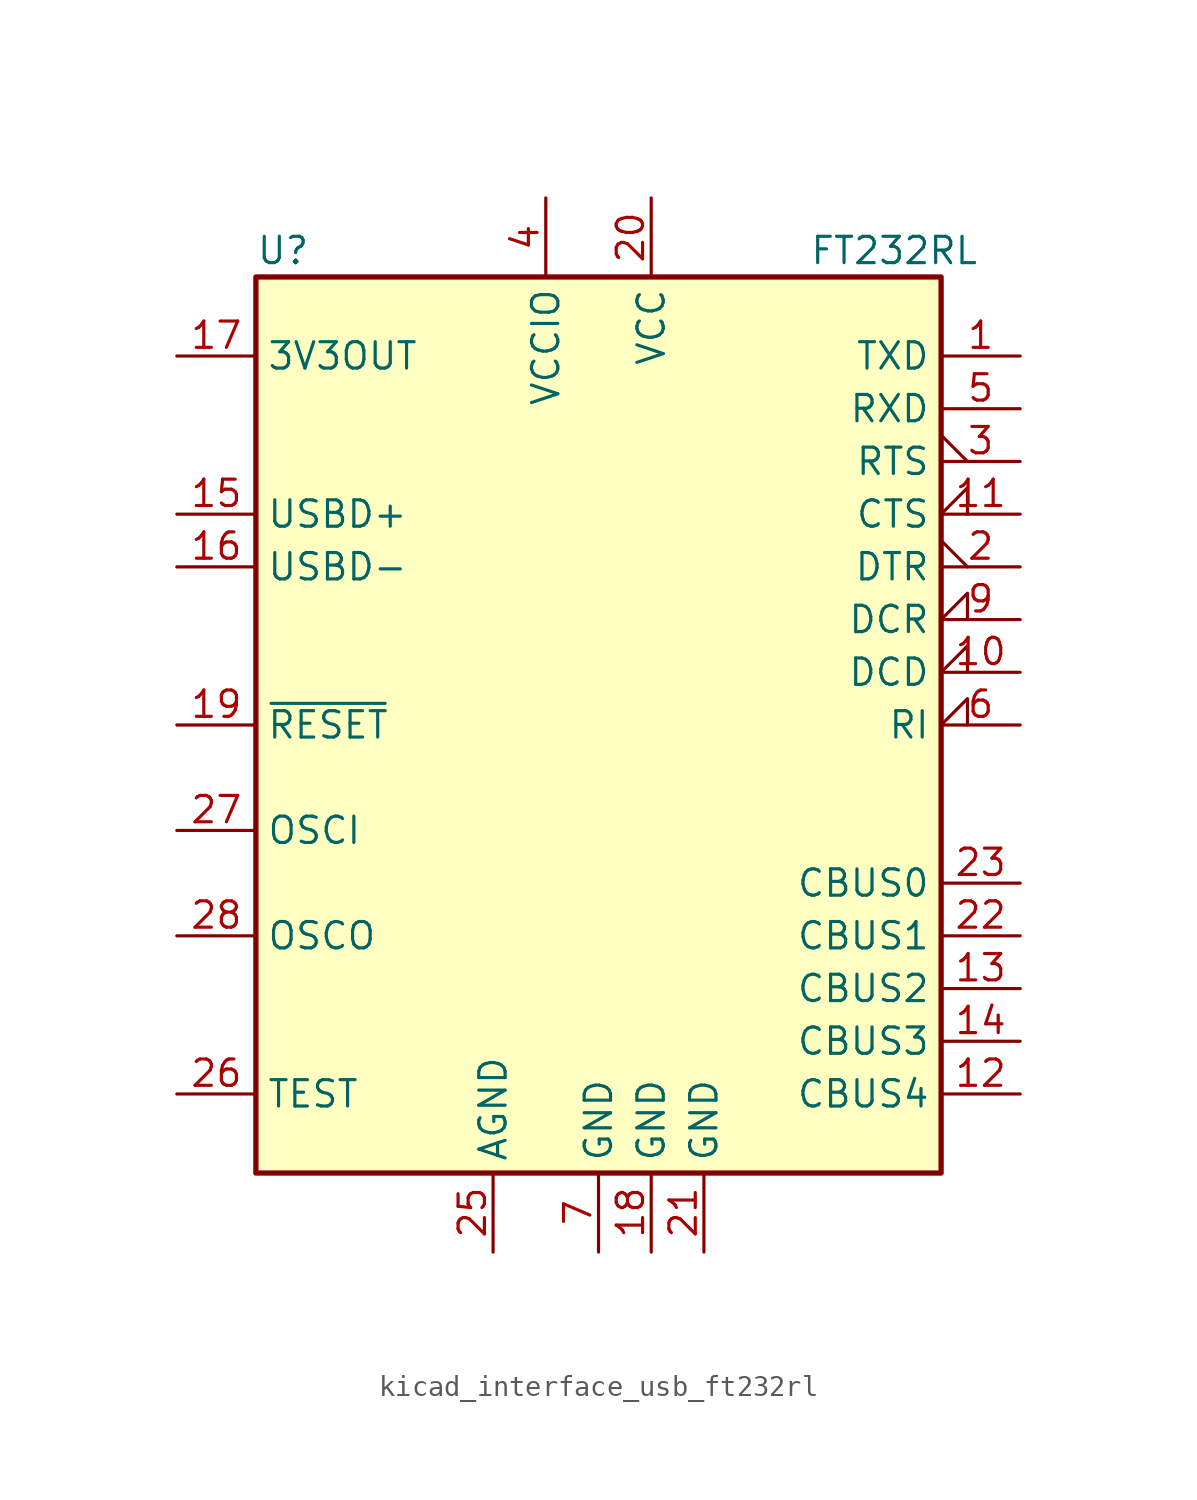
<source format=kicad_sym>
(kicad_symbol_lib
  (version 20220914)
  (generator kicad_symbol_editor)
  (symbol "kicad_interface_usb_ft232rl"
    (property "Reference" "U"
      (at -16.51 22.86 0)
      (effects (font (size 1.27 1.27)) (justify left)))
    (property "Value" "FT232RL"
      (at 10.16 22.86 0)
      (effects (font (size 1.27 1.27)) (justify left)))
    (symbol "kicad_interface_usb_ft232rl_0_1"
      (rectangle (start -16.51 21.59) (end 16.51 -21.59) (stroke (width 0.254) (type default)) (fill (type background))))
    (symbol "kicad_interface_usb_ft232rl_1_1"
      (pin output line (at 20.32 17.78 180) (length 3.81) (name "TXD" (effects (font (size 1.27 1.27)))) (number "1" (effects (font (size 1.27 1.27)))))
      (pin input input_low (at 20.32 2.54 180) (length 3.81) (name "DCD" (effects (font (size 1.27 1.27)))) (number "10" (effects (font (size 1.27 1.27)))))
      (pin input input_low (at 20.32 10.16 180) (length 3.81) (name "CTS" (effects (font (size 1.27 1.27)))) (number "11" (effects (font (size 1.27 1.27)))))
      (pin bidirectional line (at 20.32 -17.78 180) (length 3.81) (name "CBUS4" (effects (font (size 1.27 1.27)))) (number "12" (effects (font (size 1.27 1.27)))))
      (pin bidirectional line (at 20.32 -12.7 180) (length 3.81) (name "CBUS2" (effects (font (size 1.27 1.27)))) (number "13" (effects (font (size 1.27 1.27)))))
      (pin bidirectional line (at 20.32 -15.24 180) (length 3.81) (name "CBUS3" (effects (font (size 1.27 1.27)))) (number "14" (effects (font (size 1.27 1.27)))))
      (pin bidirectional line (at -20.32 10.16 0) (length 3.81) (name "USBD+" (effects (font (size 1.27 1.27)))) (number "15" (effects (font (size 1.27 1.27)))))
      (pin bidirectional line (at -20.32 7.62 0) (length 3.81) (name "USBD-" (effects (font (size 1.27 1.27)))) (number "16" (effects (font (size 1.27 1.27)))))
      (pin power_out line (at -20.32 17.78 0) (length 3.81) (name "3V3OUT" (effects (font (size 1.27 1.27)))) (number "17" (effects (font (size 1.27 1.27)))))
      (pin power_in line (at 2.54 -25.4 90) (length 3.81) (name "GND" (effects (font (size 1.27 1.27)))) (number "18" (effects (font (size 1.27 1.27)))))
      (pin input line (at -20.32 0 0) (length 3.81) (name "~{RESET}" (effects (font (size 1.27 1.27)))) (number "19" (effects (font (size 1.27 1.27)))))
      (pin output output_low (at 20.32 7.62 180) (length 3.81) (name "DTR" (effects (font (size 1.27 1.27)))) (number "2" (effects (font (size 1.27 1.27)))))
      (pin power_in line (at 2.54 25.4 270) (length 3.81) (name "VCC" (effects (font (size 1.27 1.27)))) (number "20" (effects (font (size 1.27 1.27)))))
      (pin power_in line (at 5.08 -25.4 90) (length 3.81) (name "GND" (effects (font (size 1.27 1.27)))) (number "21" (effects (font (size 1.27 1.27)))))
      (pin bidirectional line (at 20.32 -10.16 180) (length 3.81) (name "CBUS1" (effects (font (size 1.27 1.27)))) (number "22" (effects (font (size 1.27 1.27)))))
      (pin bidirectional line (at 20.32 -7.62 180) (length 3.81) (name "CBUS0" (effects (font (size 1.27 1.27)))) (number "23" (effects (font (size 1.27 1.27)))))
      (pin power_in line (at -5.08 -25.4 90) (length 3.81) (name "AGND" (effects (font (size 1.27 1.27)))) (number "25" (effects (font (size 1.27 1.27)))))
      (pin input line (at -20.32 -17.78 0) (length 3.81) (name "TEST" (effects (font (size 1.27 1.27)))) (number "26" (effects (font (size 1.27 1.27)))))
      (pin input line (at -20.32 -5.08 0) (length 3.81) (name "OSCI" (effects (font (size 1.27 1.27)))) (number "27" (effects (font (size 1.27 1.27)))))
      (pin output line (at -20.32 -10.16 0) (length 3.81) (name "OSCO" (effects (font (size 1.27 1.27)))) (number "28" (effects (font (size 1.27 1.27)))))
      (pin output output_low (at 20.32 12.7 180) (length 3.81) (name "RTS" (effects (font (size 1.27 1.27)))) (number "3" (effects (font (size 1.27 1.27)))))
      (pin power_in line (at -2.54 25.4 270) (length 3.81) (name "VCCIO" (effects (font (size 1.27 1.27)))) (number "4" (effects (font (size 1.27 1.27)))))
      (pin input line (at 20.32 15.24 180) (length 3.81) (name "RXD" (effects (font (size 1.27 1.27)))) (number "5" (effects (font (size 1.27 1.27)))))
      (pin input input_low (at 20.32 0 180) (length 3.81) (name "RI" (effects (font (size 1.27 1.27)))) (number "6" (effects (font (size 1.27 1.27)))))
      (pin power_in line (at 0 -25.4 90) (length 3.81) (name "GND" (effects (font (size 1.27 1.27)))) (number "7" (effects (font (size 1.27 1.27)))))
      (pin input input_low (at 20.32 5.08 180) (length 3.81) (name "DCR" (effects (font (size 1.27 1.27)))) (number "9" (effects (font (size 1.27 1.27))))))))
</source>
